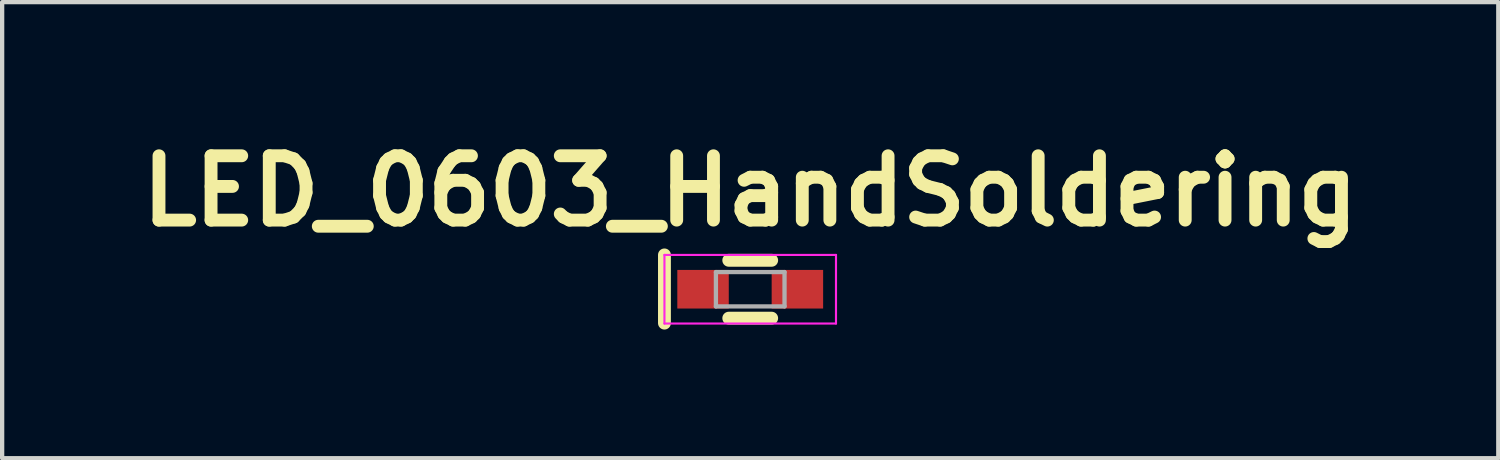
<source format=kicad_pcb>
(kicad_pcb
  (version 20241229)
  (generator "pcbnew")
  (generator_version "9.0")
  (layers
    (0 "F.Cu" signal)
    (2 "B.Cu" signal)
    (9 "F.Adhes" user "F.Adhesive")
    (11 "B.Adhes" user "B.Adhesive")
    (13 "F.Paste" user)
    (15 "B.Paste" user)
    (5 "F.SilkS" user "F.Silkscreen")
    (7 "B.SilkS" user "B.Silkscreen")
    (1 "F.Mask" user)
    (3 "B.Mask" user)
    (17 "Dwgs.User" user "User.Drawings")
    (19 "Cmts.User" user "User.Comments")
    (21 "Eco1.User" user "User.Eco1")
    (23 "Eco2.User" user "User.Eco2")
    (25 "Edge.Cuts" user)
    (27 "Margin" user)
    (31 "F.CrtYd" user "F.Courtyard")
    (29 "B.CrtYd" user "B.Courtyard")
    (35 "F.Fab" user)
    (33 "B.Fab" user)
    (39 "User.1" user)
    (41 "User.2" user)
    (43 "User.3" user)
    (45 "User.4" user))
  (footprint "LED_0603_HandSoldering"
    (layer "F.Cu")
    (at 14.443 3.694)
    (property "Reference" "LED_0603_HandSoldering" (at 0 -2.29 0) (layer "F.SilkS") (effects (font (size 1.5 1.5) (thickness 0.3))))
    (attr smd)
    (fp_line (start -2 -0.8) (end -2 0.79) (stroke (width 0.3) (type solid)) (layer "F.SilkS"))
    (fp_line (start -0.5 -0.675) (end 0.5 -0.675) (stroke (width 0.3) (type solid)) (layer "F.SilkS"))
    (fp_line (start 0.5 0.675) (end -0.5 0.675) (stroke (width 0.3) (type solid)) (layer "F.SilkS"))
    (fp_line (start -2 -0.8) (end -2 0.8) (stroke (width 0.05) (type solid)) (layer "F.CrtYd"))
    (fp_line (start -2 -0.8) (end 2 -0.8) (stroke (width 0.05) (type solid)) (layer "F.CrtYd"))
    (fp_line (start -2 0.8) (end 2 0.8) (stroke (width 0.05) (type solid)) (layer "F.CrtYd"))
    (fp_line (start 2 -0.8) (end 2 0.8) (stroke (width 0.05) (type solid)) (layer "F.CrtYd"))
    (fp_line (start -0.8 -0.4) (end 0.8 -0.4) (stroke (width 0.1) (type solid)) (layer "F.Fab"))
    (fp_line (start -0.8 0.4) (end -0.8 -0.4) (stroke (width 0.1) (type solid)) (layer "F.Fab"))
    (fp_line (start 0.8 -0.4) (end 0.8 0.4) (stroke (width 0.1) (type solid)) (layer "F.Fab"))
    (fp_line (start 0.8 0.4) (end -0.8 0.4) (stroke (width 0.1) (type solid)) (layer "F.Fab"))
    (pad "1" smd rect (at -1.1 0) (size 1.2 0.9) (layers "F.Cu" "F.Mask" "F.Paste"))
    (pad "2" smd rect (at 1.1 0) (size 1.2 0.9) (layers "F.Cu" "F.Mask" "F.Paste")))
  (gr_rect
    (start -3 -3)
    (end 31.886 7.634)
    (stroke (width 0.1) (type default))
    (fill no)
    (layer "Edge.Cuts")))
</source>
